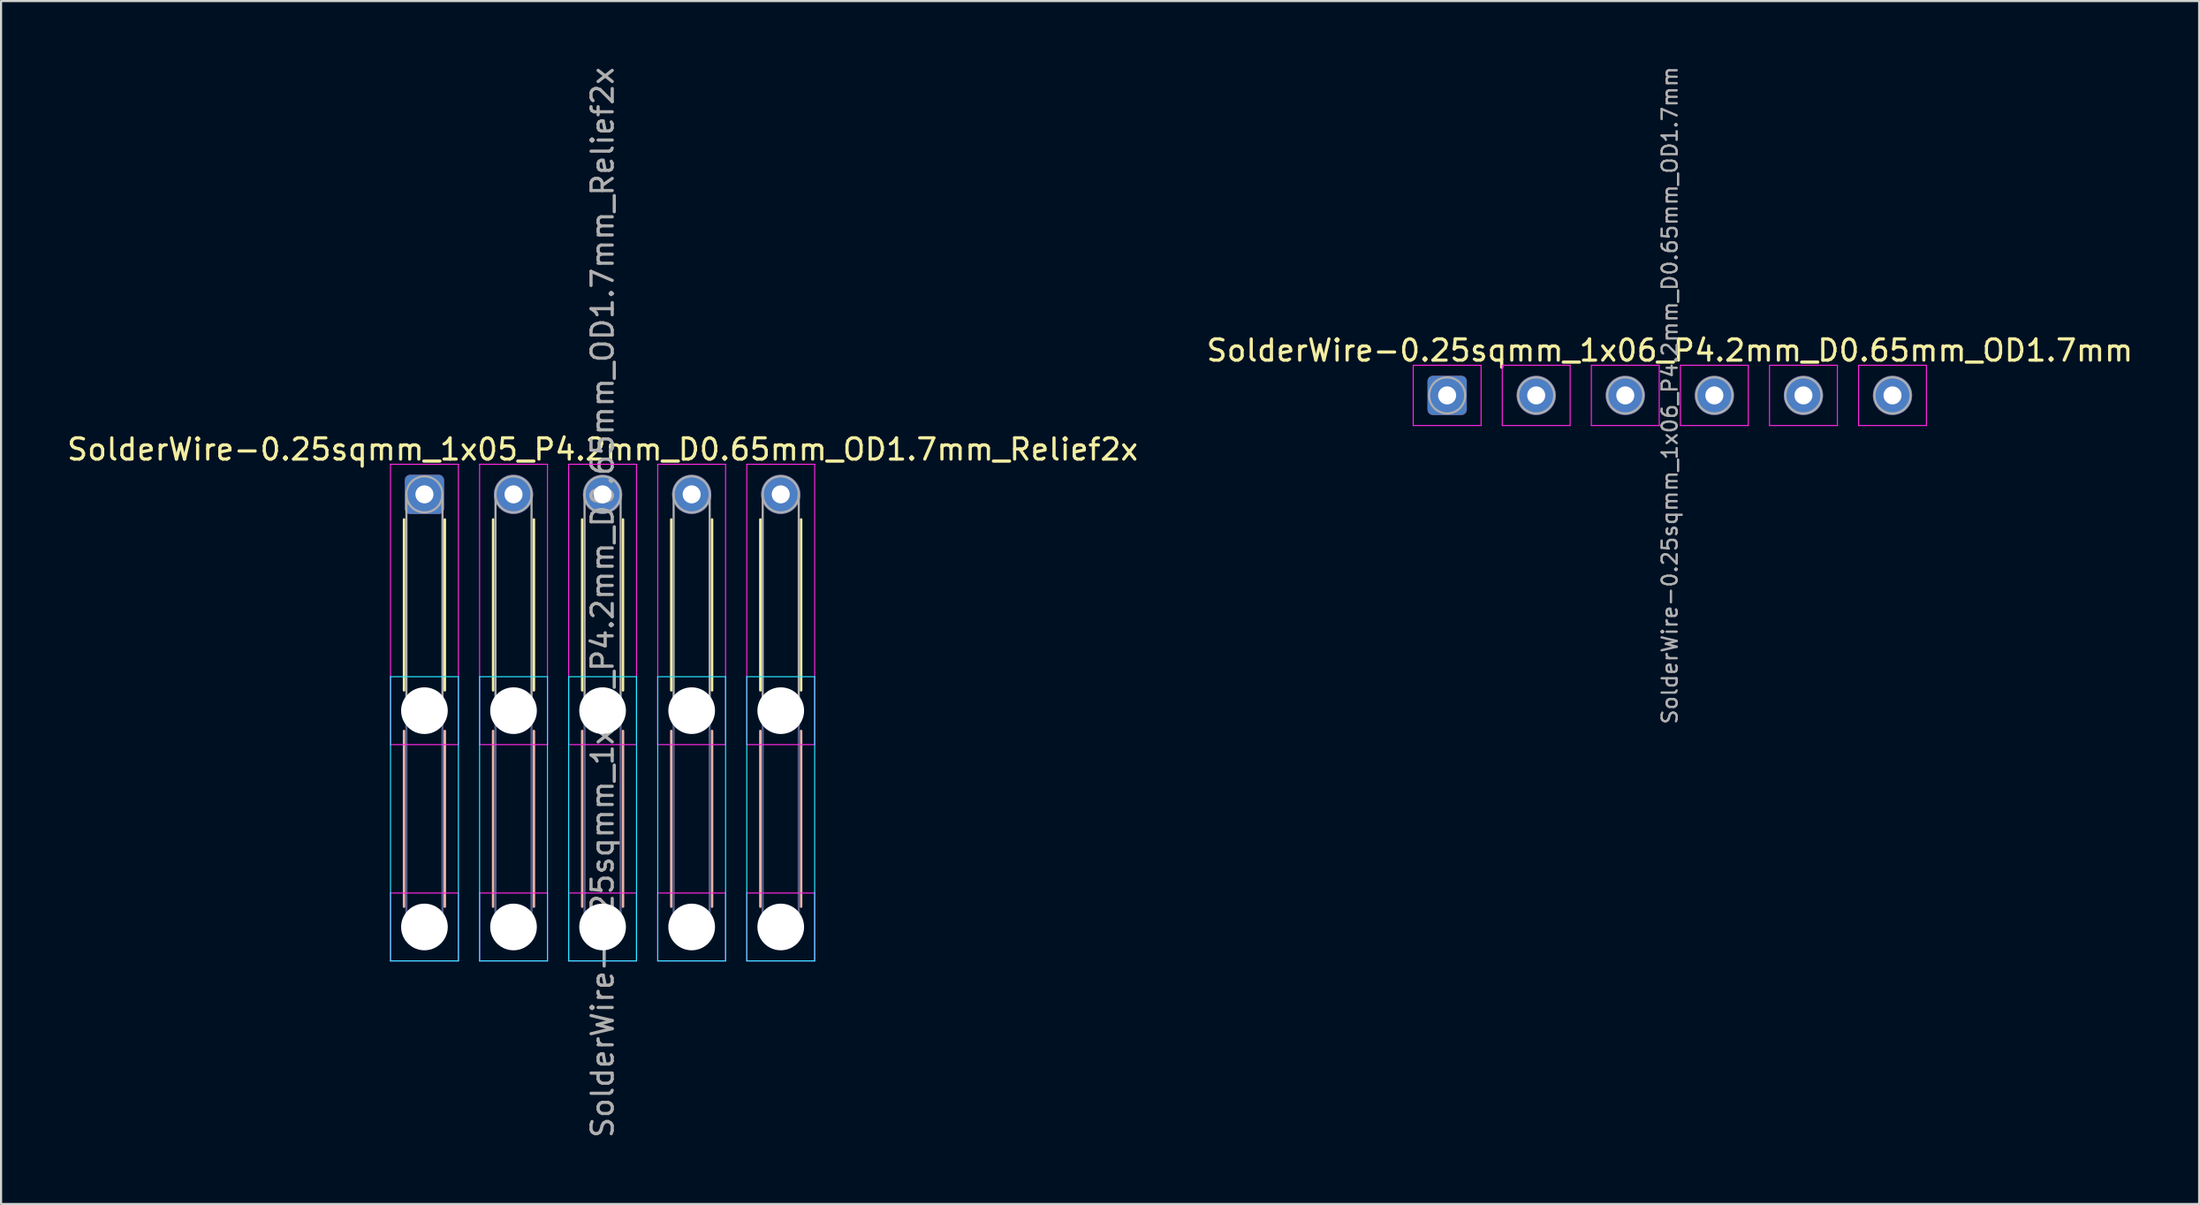
<source format=kicad_pcb>
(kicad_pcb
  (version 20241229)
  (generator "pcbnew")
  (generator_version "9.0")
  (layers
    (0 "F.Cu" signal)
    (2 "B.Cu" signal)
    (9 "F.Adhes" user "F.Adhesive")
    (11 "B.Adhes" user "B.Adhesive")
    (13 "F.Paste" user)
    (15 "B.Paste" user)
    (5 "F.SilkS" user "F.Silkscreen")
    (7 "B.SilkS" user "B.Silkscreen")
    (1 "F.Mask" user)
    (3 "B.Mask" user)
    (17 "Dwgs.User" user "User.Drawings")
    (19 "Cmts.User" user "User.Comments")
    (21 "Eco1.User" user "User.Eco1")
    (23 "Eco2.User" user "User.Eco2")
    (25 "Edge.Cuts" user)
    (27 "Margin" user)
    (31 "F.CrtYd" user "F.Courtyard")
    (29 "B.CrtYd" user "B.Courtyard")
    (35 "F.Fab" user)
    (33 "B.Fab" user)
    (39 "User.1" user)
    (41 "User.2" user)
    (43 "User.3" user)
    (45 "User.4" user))
  (footprint "SolderWire-0.25sqmm_1x06_P4.2mm_D0.65mm_OD1.7mm"
    (layer "F.Cu")
    (at 65.185 15.596)
    (property "Reference" "SolderWire-0.25sqmm_1x06_P4.2mm_D0.65mm_OD1.7mm" (at 10.5 -2.12 0) (layer "F.SilkS") (effects (font (size 1 1) (thickness 0.15))))
    (attr exclude_from_pos_files exclude_from_bom)
    (fp_line (start -1.6 -1.42) (end -1.6 1.42) (stroke (width 0.05) (type solid)) (layer "F.CrtYd"))
    (fp_line (start -1.6 1.42) (end 1.6 1.42) (stroke (width 0.05) (type solid)) (layer "F.CrtYd"))
    (fp_line (start 1.6 -1.42) (end -1.6 -1.42) (stroke (width 0.05) (type solid)) (layer "F.CrtYd"))
    (fp_line (start 1.6 1.42) (end 1.6 -1.42) (stroke (width 0.05) (type solid)) (layer "F.CrtYd"))
    (fp_line (start 2.6 -1.42) (end 2.6 1.42) (stroke (width 0.05) (type solid)) (layer "F.CrtYd"))
    (fp_line (start 2.6 1.42) (end 5.8 1.42) (stroke (width 0.05) (type solid)) (layer "F.CrtYd"))
    (fp_line (start 5.8 -1.42) (end 2.6 -1.42) (stroke (width 0.05) (type solid)) (layer "F.CrtYd"))
    (fp_line (start 5.8 1.42) (end 5.8 -1.42) (stroke (width 0.05) (type solid)) (layer "F.CrtYd"))
    (fp_line (start 6.8 -1.42) (end 6.8 1.42) (stroke (width 0.05) (type solid)) (layer "F.CrtYd"))
    (fp_line (start 6.8 1.42) (end 10 1.42) (stroke (width 0.05) (type solid)) (layer "F.CrtYd"))
    (fp_line (start 10 -1.42) (end 6.8 -1.42) (stroke (width 0.05) (type solid)) (layer "F.CrtYd"))
    (fp_line (start 10 1.42) (end 10 -1.42) (stroke (width 0.05) (type solid)) (layer "F.CrtYd"))
    (fp_line (start 11 -1.42) (end 11 1.42) (stroke (width 0.05) (type solid)) (layer "F.CrtYd"))
    (fp_line (start 11 1.42) (end 14.2 1.42) (stroke (width 0.05) (type solid)) (layer "F.CrtYd"))
    (fp_line (start 14.2 -1.42) (end 11 -1.42) (stroke (width 0.05) (type solid)) (layer "F.CrtYd"))
    (fp_line (start 14.2 1.42) (end 14.2 -1.42) (stroke (width 0.05) (type solid)) (layer "F.CrtYd"))
    (fp_line (start 15.2 -1.42) (end 15.2 1.42) (stroke (width 0.05) (type solid)) (layer "F.CrtYd"))
    (fp_line (start 15.2 1.42) (end 18.4 1.42) (stroke (width 0.05) (type solid)) (layer "F.CrtYd"))
    (fp_line (start 18.4 -1.42) (end 15.2 -1.42) (stroke (width 0.05) (type solid)) (layer "F.CrtYd"))
    (fp_line (start 18.4 1.42) (end 18.4 -1.42) (stroke (width 0.05) (type solid)) (layer "F.CrtYd"))
    (fp_line (start 19.4 -1.42) (end 19.4 1.42) (stroke (width 0.05) (type solid)) (layer "F.CrtYd"))
    (fp_line (start 19.4 1.42) (end 22.6 1.42) (stroke (width 0.05) (type solid)) (layer "F.CrtYd"))
    (fp_line (start 22.6 -1.42) (end 19.4 -1.42) (stroke (width 0.05) (type solid)) (layer "F.CrtYd"))
    (fp_line (start 22.6 1.42) (end 22.6 -1.42) (stroke (width 0.05) (type solid)) (layer "F.CrtYd"))
    (fp_circle (center 0 0) (end 0.85 0) (stroke (width 0.1) (type solid)) (fill no) (layer "F.Fab"))
    (fp_circle (center 4.2 0) (end 5.05 0) (stroke (width 0.1) (type solid)) (fill no) (layer "F.Fab"))
    (fp_circle (center 8.4 0) (end 9.25 0) (stroke (width 0.1) (type solid)) (fill no) (layer "F.Fab"))
    (fp_circle (center 12.6 0) (end 13.45 0) (stroke (width 0.1) (type solid)) (fill no) (layer "F.Fab"))
    (fp_circle (center 16.8 0) (end 17.65 0) (stroke (width 0.1) (type solid)) (fill no) (layer "F.Fab"))
    (fp_circle (center 21 0) (end 21.85 0) (stroke (width 0.1) (type solid)) (fill no) (layer "F.Fab"))
    (fp_text user "${REFERENCE}" (at 10.5 0 90) (layer "F.Fab") (effects (font (size 0.71 0.71) (thickness 0.11))))
    (pad "1" thru_hole roundrect (at 0 0) (size 1.85 1.85) (drill 0.85) (layers "*.Cu" "*.Mask") (roundrect_rratio 0.135))
    (pad "2" thru_hole circle (at 4.2 0) (size 1.85 1.85) (drill 0.85) (layers "*.Cu" "*.Mask"))
    (pad "3" thru_hole circle (at 8.4 0) (size 1.85 1.85) (drill 0.85) (layers "*.Cu" "*.Mask"))
    (pad "4" thru_hole circle (at 12.6 0) (size 1.85 1.85) (drill 0.85) (layers "*.Cu" "*.Mask"))
    (pad "5" thru_hole circle (at 16.8 0) (size 1.85 1.85) (drill 0.85) (layers "*.Cu" "*.Mask"))
    (pad "6" thru_hole circle (at 21 0) (size 1.85 1.85) (drill 0.85) (layers "*.Cu" "*.Mask")))
  (footprint "SolderWire-0.25sqmm_1x05_P4.2mm_D0.65mm_OD1.7mm_Relief2x"
    (layer "F.Cu")
    (at 16.963 20.263)
    (property "Reference" "SolderWire-0.25sqmm_1x05_P4.2mm_D0.65mm_OD1.7mm_Relief2x" (at 8.4 -2.12 0) (layer "F.SilkS") (effects (font (size 1 1) (thickness 0.15))))
    (attr exclude_from_pos_files exclude_from_bom)
    (fp_line (start -0.96 1.185) (end -0.96 9.24) (stroke (width 0.12) (type solid)) (layer "F.SilkS"))
    (fp_line (start 0.96 1.185) (end 0.96 9.24) (stroke (width 0.12) (type solid)) (layer "F.SilkS"))
    (fp_line (start 3.24 1.185) (end 3.24 9.24) (stroke (width 0.12) (type solid)) (layer "F.SilkS"))
    (fp_line (start 5.16 1.185) (end 5.16 9.24) (stroke (width 0.12) (type solid)) (layer "F.SilkS"))
    (fp_line (start 7.44 1.185) (end 7.44 9.24) (stroke (width 0.12) (type solid)) (layer "F.SilkS"))
    (fp_line (start 9.36 1.185) (end 9.36 9.24) (stroke (width 0.12) (type solid)) (layer "F.SilkS"))
    (fp_line (start 11.64 1.185) (end 11.64 9.24) (stroke (width 0.12) (type solid)) (layer "F.SilkS"))
    (fp_line (start 13.56 1.185) (end 13.56 9.24) (stroke (width 0.12) (type solid)) (layer "F.SilkS"))
    (fp_line (start 15.84 1.185) (end 15.84 9.24) (stroke (width 0.12) (type solid)) (layer "F.SilkS"))
    (fp_line (start 17.76 1.185) (end 17.76 9.24) (stroke (width 0.12) (type solid)) (layer "F.SilkS"))
    (fp_line (start -0.96 11.16) (end -0.96 19.44) (stroke (width 0.12) (type solid)) (layer "B.SilkS"))
    (fp_line (start 0.96 11.16) (end 0.96 19.44) (stroke (width 0.12) (type solid)) (layer "B.SilkS"))
    (fp_line (start 3.24 11.16) (end 3.24 19.44) (stroke (width 0.12) (type solid)) (layer "B.SilkS"))
    (fp_line (start 5.16 11.16) (end 5.16 19.44) (stroke (width 0.12) (type solid)) (layer "B.SilkS"))
    (fp_line (start 7.44 11.16) (end 7.44 19.44) (stroke (width 0.12) (type solid)) (layer "B.SilkS"))
    (fp_line (start 9.36 11.16) (end 9.36 19.44) (stroke (width 0.12) (type solid)) (layer "B.SilkS"))
    (fp_line (start 11.64 11.16) (end 11.64 19.44) (stroke (width 0.12) (type solid)) (layer "B.SilkS"))
    (fp_line (start 13.56 11.16) (end 13.56 19.44) (stroke (width 0.12) (type solid)) (layer "B.SilkS"))
    (fp_line (start 15.84 11.16) (end 15.84 19.44) (stroke (width 0.12) (type solid)) (layer "B.SilkS"))
    (fp_line (start 17.76 11.16) (end 17.76 19.44) (stroke (width 0.12) (type solid)) (layer "B.SilkS"))
    (fp_line (start -1.6 8.6) (end -1.6 22) (stroke (width 0.05) (type solid)) (layer "B.CrtYd"))
    (fp_line (start -1.6 22) (end 1.6 22) (stroke (width 0.05) (type solid)) (layer "B.CrtYd"))
    (fp_line (start 1.6 8.6) (end -1.6 8.6) (stroke (width 0.05) (type solid)) (layer "B.CrtYd"))
    (fp_line (start 1.6 22) (end 1.6 8.6) (stroke (width 0.05) (type solid)) (layer "B.CrtYd"))
    (fp_line (start 2.6 8.6) (end 2.6 22) (stroke (width 0.05) (type solid)) (layer "B.CrtYd"))
    (fp_line (start 2.6 22) (end 5.8 22) (stroke (width 0.05) (type solid)) (layer "B.CrtYd"))
    (fp_line (start 5.8 8.6) (end 2.6 8.6) (stroke (width 0.05) (type solid)) (layer "B.CrtYd"))
    (fp_line (start 5.8 22) (end 5.8 8.6) (stroke (width 0.05) (type solid)) (layer "B.CrtYd"))
    (fp_line (start 6.8 8.6) (end 6.8 22) (stroke (width 0.05) (type solid)) (layer "B.CrtYd"))
    (fp_line (start 6.8 22) (end 10 22) (stroke (width 0.05) (type solid)) (layer "B.CrtYd"))
    (fp_line (start 10 8.6) (end 6.8 8.6) (stroke (width 0.05) (type solid)) (layer "B.CrtYd"))
    (fp_line (start 10 22) (end 10 8.6) (stroke (width 0.05) (type solid)) (layer "B.CrtYd"))
    (fp_line (start 11 8.6) (end 11 22) (stroke (width 0.05) (type solid)) (layer "B.CrtYd"))
    (fp_line (start 11 22) (end 14.2 22) (stroke (width 0.05) (type solid)) (layer "B.CrtYd"))
    (fp_line (start 14.2 8.6) (end 11 8.6) (stroke (width 0.05) (type solid)) (layer "B.CrtYd"))
    (fp_line (start 14.2 22) (end 14.2 8.6) (stroke (width 0.05) (type solid)) (layer "B.CrtYd"))
    (fp_line (start 15.2 8.6) (end 15.2 22) (stroke (width 0.05) (type solid)) (layer "B.CrtYd"))
    (fp_line (start 15.2 22) (end 18.4 22) (stroke (width 0.05) (type solid)) (layer "B.CrtYd"))
    (fp_line (start 18.4 8.6) (end 15.2 8.6) (stroke (width 0.05) (type solid)) (layer "B.CrtYd"))
    (fp_line (start 18.4 22) (end 18.4 8.6) (stroke (width 0.05) (type solid)) (layer "B.CrtYd"))
    (fp_line (start -1.6 -1.42) (end -1.6 11.8) (stroke (width 0.05) (type solid)) (layer "F.CrtYd"))
    (fp_line (start -1.6 11.8) (end 1.6 11.8) (stroke (width 0.05) (type solid)) (layer "F.CrtYd"))
    (fp_line (start -1.6 18.8) (end -1.6 22) (stroke (width 0.05) (type solid)) (layer "F.CrtYd"))
    (fp_line (start -1.6 22) (end 1.6 22) (stroke (width 0.05) (type solid)) (layer "F.CrtYd"))
    (fp_line (start 1.6 -1.42) (end -1.6 -1.42) (stroke (width 0.05) (type solid)) (layer "F.CrtYd"))
    (fp_line (start 1.6 11.8) (end 1.6 -1.42) (stroke (width 0.05) (type solid)) (layer "F.CrtYd"))
    (fp_line (start 1.6 18.8) (end -1.6 18.8) (stroke (width 0.05) (type solid)) (layer "F.CrtYd"))
    (fp_line (start 1.6 22) (end 1.6 18.8) (stroke (width 0.05) (type solid)) (layer "F.CrtYd"))
    (fp_line (start 2.6 -1.42) (end 2.6 11.8) (stroke (width 0.05) (type solid)) (layer "F.CrtYd"))
    (fp_line (start 2.6 11.8) (end 5.8 11.8) (stroke (width 0.05) (type solid)) (layer "F.CrtYd"))
    (fp_line (start 2.6 18.8) (end 2.6 22) (stroke (width 0.05) (type solid)) (layer "F.CrtYd"))
    (fp_line (start 2.6 22) (end 5.8 22) (stroke (width 0.05) (type solid)) (layer "F.CrtYd"))
    (fp_line (start 5.8 -1.42) (end 2.6 -1.42) (stroke (width 0.05) (type solid)) (layer "F.CrtYd"))
    (fp_line (start 5.8 11.8) (end 5.8 -1.42) (stroke (width 0.05) (type solid)) (layer "F.CrtYd"))
    (fp_line (start 5.8 18.8) (end 2.6 18.8) (stroke (width 0.05) (type solid)) (layer "F.CrtYd"))
    (fp_line (start 5.8 22) (end 5.8 18.8) (stroke (width 0.05) (type solid)) (layer "F.CrtYd"))
    (fp_line (start 6.8 -1.42) (end 6.8 11.8) (stroke (width 0.05) (type solid)) (layer "F.CrtYd"))
    (fp_line (start 6.8 11.8) (end 10 11.8) (stroke (width 0.05) (type solid)) (layer "F.CrtYd"))
    (fp_line (start 6.8 18.8) (end 6.8 22) (stroke (width 0.05) (type solid)) (layer "F.CrtYd"))
    (fp_line (start 6.8 22) (end 10 22) (stroke (width 0.05) (type solid)) (layer "F.CrtYd"))
    (fp_line (start 10 -1.42) (end 6.8 -1.42) (stroke (width 0.05) (type solid)) (layer "F.CrtYd"))
    (fp_line (start 10 11.8) (end 10 -1.42) (stroke (width 0.05) (type solid)) (layer "F.CrtYd"))
    (fp_line (start 10 18.8) (end 6.8 18.8) (stroke (width 0.05) (type solid)) (layer "F.CrtYd"))
    (fp_line (start 10 22) (end 10 18.8) (stroke (width 0.05) (type solid)) (layer "F.CrtYd"))
    (fp_line (start 11 -1.42) (end 11 11.8) (stroke (width 0.05) (type solid)) (layer "F.CrtYd"))
    (fp_line (start 11 11.8) (end 14.2 11.8) (stroke (width 0.05) (type solid)) (layer "F.CrtYd"))
    (fp_line (start 11 18.8) (end 11 22) (stroke (width 0.05) (type solid)) (layer "F.CrtYd"))
    (fp_line (start 11 22) (end 14.2 22) (stroke (width 0.05) (type solid)) (layer "F.CrtYd"))
    (fp_line (start 14.2 -1.42) (end 11 -1.42) (stroke (width 0.05) (type solid)) (layer "F.CrtYd"))
    (fp_line (start 14.2 11.8) (end 14.2 -1.42) (stroke (width 0.05) (type solid)) (layer "F.CrtYd"))
    (fp_line (start 14.2 18.8) (end 11 18.8) (stroke (width 0.05) (type solid)) (layer "F.CrtYd"))
    (fp_line (start 14.2 22) (end 14.2 18.8) (stroke (width 0.05) (type solid)) (layer "F.CrtYd"))
    (fp_line (start 15.2 -1.42) (end 15.2 11.8) (stroke (width 0.05) (type solid)) (layer "F.CrtYd"))
    (fp_line (start 15.2 11.8) (end 18.4 11.8) (stroke (width 0.05) (type solid)) (layer "F.CrtYd"))
    (fp_line (start 15.2 18.8) (end 15.2 22) (stroke (width 0.05) (type solid)) (layer "F.CrtYd"))
    (fp_line (start 15.2 22) (end 18.4 22) (stroke (width 0.05) (type solid)) (layer "F.CrtYd"))
    (fp_line (start 18.4 -1.42) (end 15.2 -1.42) (stroke (width 0.05) (type solid)) (layer "F.CrtYd"))
    (fp_line (start 18.4 11.8) (end 18.4 -1.42) (stroke (width 0.05) (type solid)) (layer "F.CrtYd"))
    (fp_line (start 18.4 18.8) (end 15.2 18.8) (stroke (width 0.05) (type solid)) (layer "F.CrtYd"))
    (fp_line (start 18.4 22) (end 18.4 18.8) (stroke (width 0.05) (type solid)) (layer "F.CrtYd"))
    (fp_line (start -0.85 10.2) (end -0.85 20.4) (stroke (width 0.1) (type solid)) (layer "B.Fab"))
    (fp_line (start 0.85 10.2) (end 0.85 20.4) (stroke (width 0.1) (type solid)) (layer "B.Fab"))
    (fp_line (start 3.35 10.2) (end 3.35 20.4) (stroke (width 0.1) (type solid)) (layer "B.Fab"))
    (fp_line (start 5.05 10.2) (end 5.05 20.4) (stroke (width 0.1) (type solid)) (layer "B.Fab"))
    (fp_line (start 7.55 10.2) (end 7.55 20.4) (stroke (width 0.1) (type solid)) (layer "B.Fab"))
    (fp_line (start 9.25 10.2) (end 9.25 20.4) (stroke (width 0.1) (type solid)) (layer "B.Fab"))
    (fp_line (start 11.75 10.2) (end 11.75 20.4) (stroke (width 0.1) (type solid)) (layer "B.Fab"))
    (fp_line (start 13.45 10.2) (end 13.45 20.4) (stroke (width 0.1) (type solid)) (layer "B.Fab"))
    (fp_line (start 15.95 10.2) (end 15.95 20.4) (stroke (width 0.1) (type solid)) (layer "B.Fab"))
    (fp_line (start 17.65 10.2) (end 17.65 20.4) (stroke (width 0.1) (type solid)) (layer "B.Fab"))
    (fp_circle (center 0 10.2) (end 0.85 10.2) (stroke (width 0.1) (type solid)) (fill no) (layer "B.Fab"))
    (fp_circle (center 0 20.4) (end 0.85 20.4) (stroke (width 0.1) (type solid)) (fill no) (layer "B.Fab"))
    (fp_circle (center 4.2 10.2) (end 5.05 10.2) (stroke (width 0.1) (type solid)) (fill no) (layer "B.Fab"))
    (fp_circle (center 4.2 20.4) (end 5.05 20.4) (stroke (width 0.1) (type solid)) (fill no) (layer "B.Fab"))
    (fp_circle (center 8.4 10.2) (end 9.25 10.2) (stroke (width 0.1) (type solid)) (fill no) (layer "B.Fab"))
    (fp_circle (center 8.4 20.4) (end 9.25 20.4) (stroke (width 0.1) (type solid)) (fill no) (layer "B.Fab"))
    (fp_circle (center 12.6 10.2) (end 13.45 10.2) (stroke (width 0.1) (type solid)) (fill no) (layer "B.Fab"))
    (fp_circle (center 12.6 20.4) (end 13.45 20.4) (stroke (width 0.1) (type solid)) (fill no) (layer "B.Fab"))
    (fp_circle (center 16.8 10.2) (end 17.65 10.2) (stroke (width 0.1) (type solid)) (fill no) (layer "B.Fab"))
    (fp_circle (center 16.8 20.4) (end 17.65 20.4) (stroke (width 0.1) (type solid)) (fill no) (layer "B.Fab"))
    (fp_line (start -0.85 0) (end -0.85 10.2) (stroke (width 0.1) (type solid)) (layer "F.Fab"))
    (fp_line (start 0.85 0) (end 0.85 10.2) (stroke (width 0.1) (type solid)) (layer "F.Fab"))
    (fp_line (start 3.35 0) (end 3.35 10.2) (stroke (width 0.1) (type solid)) (layer "F.Fab"))
    (fp_line (start 5.05 0) (end 5.05 10.2) (stroke (width 0.1) (type solid)) (layer "F.Fab"))
    (fp_line (start 7.55 0) (end 7.55 10.2) (stroke (width 0.1) (type solid)) (layer "F.Fab"))
    (fp_line (start 9.25 0) (end 9.25 10.2) (stroke (width 0.1) (type solid)) (layer "F.Fab"))
    (fp_line (start 11.75 0) (end 11.75 10.2) (stroke (width 0.1) (type solid)) (layer "F.Fab"))
    (fp_line (start 13.45 0) (end 13.45 10.2) (stroke (width 0.1) (type solid)) (layer "F.Fab"))
    (fp_line (start 15.95 0) (end 15.95 10.2) (stroke (width 0.1) (type solid)) (layer "F.Fab"))
    (fp_line (start 17.65 0) (end 17.65 10.2) (stroke (width 0.1) (type solid)) (layer "F.Fab"))
    (fp_circle (center 0 0) (end 0.85 0) (stroke (width 0.1) (type solid)) (fill no) (layer "F.Fab"))
    (fp_circle (center 0 10.2) (end 0.85 10.2) (stroke (width 0.1) (type solid)) (fill no) (layer "F.Fab"))
    (fp_circle (center 0 20.4) (end 0.85 20.4) (stroke (width 0.1) (type solid)) (fill no) (layer "F.Fab"))
    (fp_circle (center 4.2 0) (end 5.05 0) (stroke (width 0.1) (type solid)) (fill no) (layer "F.Fab"))
    (fp_circle (center 4.2 10.2) (end 5.05 10.2) (stroke (width 0.1) (type solid)) (fill no) (layer "F.Fab"))
    (fp_circle (center 4.2 20.4) (end 5.05 20.4) (stroke (width 0.1) (type solid)) (fill no) (layer "F.Fab"))
    (fp_circle (center 8.4 0) (end 9.25 0) (stroke (width 0.1) (type solid)) (fill no) (layer "F.Fab"))
    (fp_circle (center 8.4 10.2) (end 9.25 10.2) (stroke (width 0.1) (type solid)) (fill no) (layer "F.Fab"))
    (fp_circle (center 8.4 20.4) (end 9.25 20.4) (stroke (width 0.1) (type solid)) (fill no) (layer "F.Fab"))
    (fp_circle (center 12.6 0) (end 13.45 0) (stroke (width 0.1) (type solid)) (fill no) (layer "F.Fab"))
    (fp_circle (center 12.6 10.2) (end 13.45 10.2) (stroke (width 0.1) (type solid)) (fill no) (layer "F.Fab"))
    (fp_circle (center 12.6 20.4) (end 13.45 20.4) (stroke (width 0.1) (type solid)) (fill no) (layer "F.Fab"))
    (fp_circle (center 16.8 0) (end 17.65 0) (stroke (width 0.1) (type solid)) (fill no) (layer "F.Fab"))
    (fp_circle (center 16.8 10.2) (end 17.65 10.2) (stroke (width 0.1) (type solid)) (fill no) (layer "F.Fab"))
    (fp_circle (center 16.8 20.4) (end 17.65 20.4) (stroke (width 0.1) (type solid)) (fill no) (layer "F.Fab"))
    (fp_text user "${REFERENCE}" (at 8.4 5.1 90) (layer "F.Fab") (effects (font (size 1 1) (thickness 0.15))))
    (pad "" np_thru_hole circle (at 0 10.2) (size 2.2 2.2) (drill 2.2) (layers "*.Cu" "*.Mask"))
    (pad "" np_thru_hole circle (at 0 20.4) (size 2.2 2.2) (drill 2.2) (layers "*.Cu" "*.Mask"))
    (pad "" np_thru_hole circle (at 4.2 10.2) (size 2.2 2.2) (drill 2.2) (layers "*.Cu" "*.Mask"))
    (pad "" np_thru_hole circle (at 4.2 20.4) (size 2.2 2.2) (drill 2.2) (layers "*.Cu" "*.Mask"))
    (pad "" np_thru_hole circle (at 8.4 10.2) (size 2.2 2.2) (drill 2.2) (layers "*.Cu" "*.Mask"))
    (pad "" np_thru_hole circle (at 8.4 20.4) (size 2.2 2.2) (drill 2.2) (layers "*.Cu" "*.Mask"))
    (pad "" np_thru_hole circle (at 12.6 10.2) (size 2.2 2.2) (drill 2.2) (layers "*.Cu" "*.Mask"))
    (pad "" np_thru_hole circle (at 12.6 20.4) (size 2.2 2.2) (drill 2.2) (layers "*.Cu" "*.Mask"))
    (pad "" np_thru_hole circle (at 16.8 10.2) (size 2.2 2.2) (drill 2.2) (layers "*.Cu" "*.Mask"))
    (pad "" np_thru_hole circle (at 16.8 20.4) (size 2.2 2.2) (drill 2.2) (layers "*.Cu" "*.Mask"))
    (pad "1" thru_hole roundrect (at 0 0) (size 1.85 1.85) (drill 0.85) (layers "*.Cu" "*.Mask") (roundrect_rratio 0.135))
    (pad "2" thru_hole circle (at 4.2 0) (size 1.85 1.85) (drill 0.85) (layers "*.Cu" "*.Mask"))
    (pad "3" thru_hole circle (at 8.4 0) (size 1.85 1.85) (drill 0.85) (layers "*.Cu" "*.Mask"))
    (pad "4" thru_hole circle (at 12.6 0) (size 1.85 1.85) (drill 0.85) (layers "*.Cu" "*.Mask"))
    (pad "5" thru_hole circle (at 16.8 0) (size 1.85 1.85) (drill 0.85) (layers "*.Cu" "*.Mask")))
  (gr_rect
    (start -3 -3)
    (end 100.643 53.726)
    (stroke (width 0.1) (type default))
    (fill no)
    (layer "Edge.Cuts")))
</source>
